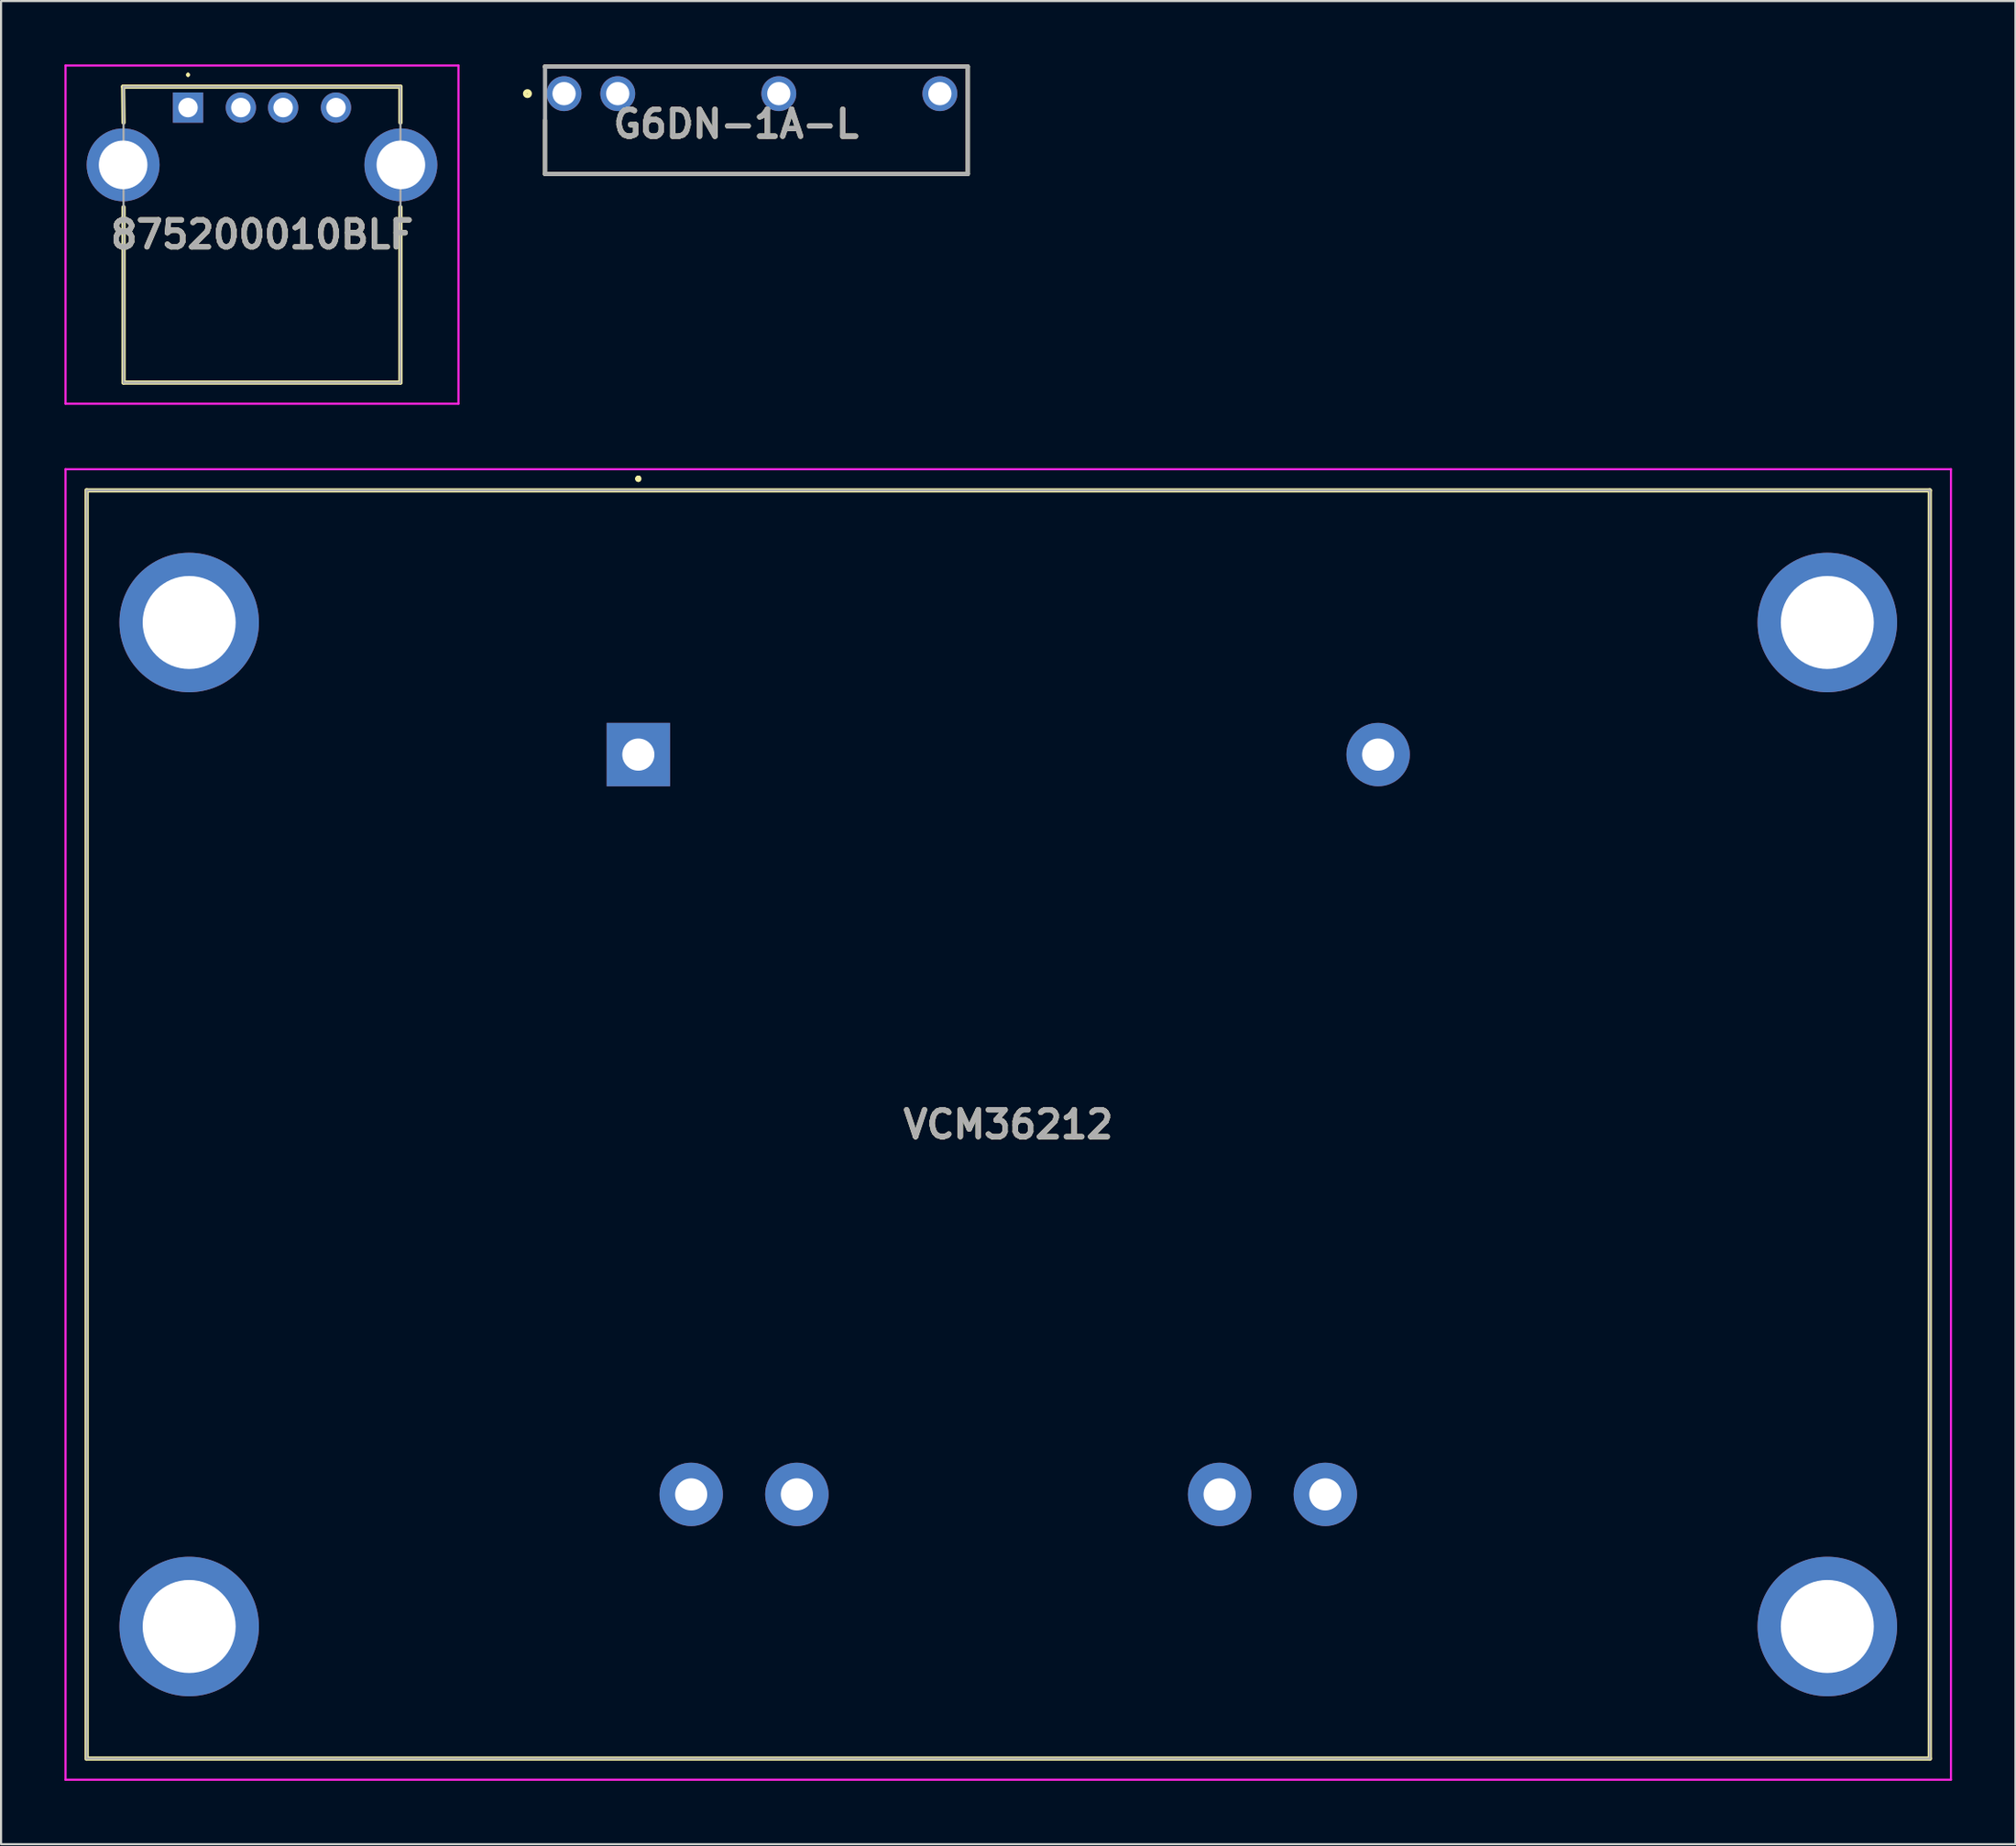
<source format=kicad_pcb>
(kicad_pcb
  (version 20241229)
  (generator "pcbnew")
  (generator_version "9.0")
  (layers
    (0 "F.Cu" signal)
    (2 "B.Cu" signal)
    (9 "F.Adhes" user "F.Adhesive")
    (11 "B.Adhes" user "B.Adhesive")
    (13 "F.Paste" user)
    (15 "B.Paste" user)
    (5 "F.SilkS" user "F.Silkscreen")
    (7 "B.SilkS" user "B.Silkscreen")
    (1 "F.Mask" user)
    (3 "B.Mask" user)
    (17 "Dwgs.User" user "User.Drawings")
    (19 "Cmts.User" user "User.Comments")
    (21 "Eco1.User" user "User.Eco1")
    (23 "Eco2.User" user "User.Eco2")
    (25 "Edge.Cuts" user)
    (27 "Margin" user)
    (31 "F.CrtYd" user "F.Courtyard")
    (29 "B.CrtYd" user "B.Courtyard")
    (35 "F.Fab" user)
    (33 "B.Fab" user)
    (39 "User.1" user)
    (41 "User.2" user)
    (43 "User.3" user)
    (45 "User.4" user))
  (footprint "875200010BLF"
    (layer "F.Cu")
    (at 5.845 2.04)
    (property "Reference" "875200010BLF" (at 3.5 6.01 0) (layer "F.SilkS") (effects (font (size 1.27 1.27) (thickness 0.254))))
    (attr through_hole)
    (fp_line (start -3.07 -0.99) (end 10.05 -0.99) (stroke (width 0.2) (type solid)) (layer "F.SilkS"))
    (fp_line (start -3.05 0.71) (end -3.07 -0.99) (stroke (width 0.2) (type solid)) (layer "F.SilkS"))
    (fp_line (start -3.05 13.01) (end -3.05 4.71) (stroke (width 0.2) (type solid)) (layer "F.SilkS"))
    (fp_line (start 0 -1.6) (end 0 -1.6) (stroke (width 0.1) (type solid)) (layer "F.SilkS"))
    (fp_line (start 0 -1.5) (end 0 -1.5) (stroke (width 0.1) (type solid)) (layer "F.SilkS"))
    (fp_line (start 10.05 -0.99) (end 10.05 0.71) (stroke (width 0.2) (type solid)) (layer "F.SilkS"))
    (fp_line (start 10.05 4.71) (end 10.05 13.01) (stroke (width 0.2) (type solid)) (layer "F.SilkS"))
    (fp_line (start 10.05 13.01) (end -3.05 13.01) (stroke (width 0.2) (type solid)) (layer "F.SilkS"))
    (fp_arc (start 0 -1.6) (mid 0.05 -1.55) (end 0 -1.5) (stroke (width 0.1) (type solid)) (layer "F.SilkS"))
    (fp_arc (start 0 -1.5) (mid -0.05 -1.55) (end 0 -1.6) (stroke (width 0.1) (type solid)) (layer "F.SilkS"))
    (fp_line (start -5.795 -1.99) (end 12.795 -1.99) (stroke (width 0.1) (type solid)) (layer "F.CrtYd"))
    (fp_line (start -5.795 14.01) (end -5.795 -1.99) (stroke (width 0.1) (type solid)) (layer "F.CrtYd"))
    (fp_line (start 12.795 -1.99) (end 12.795 14.01) (stroke (width 0.1) (type solid)) (layer "F.CrtYd"))
    (fp_line (start 12.795 14.01) (end -5.795 14.01) (stroke (width 0.1) (type solid)) (layer "F.CrtYd"))
    (fp_line (start -3.05 -0.99) (end -3.05 13.01) (stroke (width 0.1) (type solid)) (layer "F.Fab"))
    (fp_line (start -3.05 13.01) (end 10.05 13.01) (stroke (width 0.1) (type solid)) (layer "F.Fab"))
    (fp_line (start 10.05 -0.99) (end -3.05 -0.99) (stroke (width 0.1) (type solid)) (layer "F.Fab"))
    (fp_line (start 10.05 13.01) (end 10.05 -0.99) (stroke (width 0.1) (type solid)) (layer "F.Fab"))
    (fp_text user "${REFERENCE}" (at 3.5 6.01 0) (layer "F.Fab") (effects (font (size 1.27 1.27) (thickness 0.254))))
    (pad "1" thru_hole rect (at 0 0) (size 1.431 1.431) (drill 0.92) (layers "*.Cu" "*.Mask"))
    (pad "2" thru_hole circle (at 2.5 0) (size 1.431 1.431) (drill 0.92) (layers "*.Cu" "*.Mask"))
    (pad "3" thru_hole circle (at 4.5 0) (size 1.431 1.431) (drill 0.92) (layers "*.Cu" "*.Mask"))
    (pad "4" thru_hole circle (at 7 0) (size 1.431 1.431) (drill 0.92) (layers "*.Cu" "*.Mask"))
    (pad "5" thru_hole circle (at -3.07 2.71) (size 3.45 3.45) (drill 2.3) (layers "*.Cu" "*.Mask"))
    (pad "5" thru_hole circle (at 10.07 2.71) (size 3.45 3.45) (drill 2.3) (layers "*.Cu" "*.Mask")))
  (footprint "VCM36212"
    (layer "F.Cu")
    (at 27.15 32.65)
    (property "Reference" "VCM36212" (at 17.5 17.5 0) (layer "F.SilkS") (effects (font (size 1.27 1.27) (thickness 0.254))))
    (attr through_hole)
    (fp_line (start -26.1 -12.5) (end -26.1 47.5) (stroke (width 0.2) (type solid)) (layer "F.SilkS"))
    (fp_line (start -26.1 47.5) (end 61.1 47.5) (stroke (width 0.2) (type solid)) (layer "F.SilkS"))
    (fp_line (start 0 -13.1) (end 0 -13.1) (stroke (width 0.2) (type solid)) (layer "F.SilkS"))
    (fp_line (start 0 -13.1) (end 0 -13.1) (stroke (width 0.2) (type solid)) (layer "F.SilkS"))
    (fp_line (start 0 -13) (end 0 -13) (stroke (width 0.2) (type solid)) (layer "F.SilkS"))
    (fp_line (start 61.1 -12.5) (end -26.1 -12.5) (stroke (width 0.2) (type solid)) (layer "F.SilkS"))
    (fp_line (start 61.1 47.5) (end 61.1 -12.5) (stroke (width 0.2) (type solid)) (layer "F.SilkS"))
    (fp_arc (start 0 -13.1) (mid 0.05 -13.05) (end 0 -13) (stroke (width 0.2) (type solid)) (layer "F.SilkS"))
    (fp_arc (start 0 -13) (mid -0.05 -13.05) (end 0 -13.1) (stroke (width 0.2) (type solid)) (layer "F.SilkS"))
    (fp_arc (start 0 -13) (mid -0.05 -13.05) (end 0 -13.1) (stroke (width 0.2) (type solid)) (layer "F.SilkS"))
    (fp_line (start -27.1 -13.5) (end -27.1 48.5) (stroke (width 0.1) (type solid)) (layer "F.CrtYd"))
    (fp_line (start -27.1 48.5) (end 62.1 48.5) (stroke (width 0.1) (type solid)) (layer "F.CrtYd"))
    (fp_line (start 62.1 -13.5) (end -27.1 -13.5) (stroke (width 0.1) (type solid)) (layer "F.CrtYd"))
    (fp_line (start 62.1 48.5) (end 62.1 -13.5) (stroke (width 0.1) (type solid)) (layer "F.CrtYd"))
    (fp_line (start -26.1 -12.5) (end -26.1 47.5) (stroke (width 0.1) (type solid)) (layer "F.Fab"))
    (fp_line (start -26.1 47.5) (end 61.1 47.5) (stroke (width 0.1) (type solid)) (layer "F.Fab"))
    (fp_line (start 61.1 -12.5) (end -26.1 -12.5) (stroke (width 0.1) (type solid)) (layer "F.Fab"))
    (fp_line (start 61.1 47.5) (end 61.1 -12.5) (stroke (width 0.1) (type solid)) (layer "F.Fab"))
    (fp_text user "${REFERENCE}" (at 17.5 17.5 0) (layer "F.Fab") (effects (font (size 1.27 1.27) (thickness 0.254))))
    (pad "1" thru_hole rect (at 0 0) (size 3 3) (drill 1.52) (layers "*.Cu" "*.Mask"))
    (pad "2" thru_hole circle (at 35 0) (size 3 3) (drill 1.52) (layers "*.Cu" "*.Mask"))
    (pad "3" thru_hole circle (at 32.5 35) (size 3 3) (drill 1.52) (layers "*.Cu" "*.Mask"))
    (pad "4" thru_hole circle (at 27.5 35) (size 3 3) (drill 1.52) (layers "*.Cu" "*.Mask"))
    (pad "5" thru_hole circle (at 7.5 35) (size 3 3) (drill 1.52) (layers "*.Cu" "*.Mask"))
    (pad "6" thru_hole circle (at 2.5 35) (size 3 3) (drill 1.52) (layers "*.Cu" "*.Mask"))
    (pad "MH1" thru_hole circle (at -21.25 -6.25) (size 6.6 6.6) (drill 4.4) (layers "*.Cu" "*.Mask"))
    (pad "MH2" thru_hole circle (at 56.25 -6.25) (size 6.6 6.6) (drill 4.4) (layers "*.Cu" "*.Mask"))
    (pad "MH3" thru_hole circle (at 56.25 41.25) (size 6.6 6.6) (drill 4.4) (layers "*.Cu" "*.Mask"))
    (pad "MH4" thru_hole circle (at -21.25 41.25) (size 6.6 6.6) (drill 4.4) (layers "*.Cu" "*.Mask")))
  (footprint "G6DN-1A-L"
    (layer "F.Cu")
    (at 41.416 1.38)
    (property "Reference" "G6DN-1A-L" (at -9.645 1.437 0) (layer "F.SilkS") (effects (font (size 1.27 1.27) (thickness 0.254))))
    (attr through_hole)
    (fp_line (start -18.68 -1.28) (end -18.68 -1.26) (stroke (width 0.2) (type solid)) (layer "F.SilkS"))
    (fp_line (start -18.68 -1.28) (end 1.32 -1.28) (stroke (width 0.2) (type solid)) (layer "F.SilkS"))
    (fp_line (start -18.68 3.8) (end -18.68 1.26) (stroke (width 0.2) (type solid)) (layer "F.SilkS"))
    (fp_line (start 1.32 -1.28) (end 1.32 3.8) (stroke (width 0.2) (type solid)) (layer "F.SilkS"))
    (fp_line (start 1.32 3.8) (end -18.68 3.8) (stroke (width 0.2) (type solid)) (layer "F.SilkS"))
    (fp_circle (center -19.513 -0.001) (end -19.513 0.112) (stroke (width 0.2) (type solid)) (fill no) (layer "F.SilkS"))
    (fp_line (start -18.68 -1.28) (end 1.32 -1.28) (stroke (width 0.2) (type solid)) (layer "F.Fab"))
    (fp_line (start -18.68 3.8) (end -18.68 -1.28) (stroke (width 0.2) (type solid)) (layer "F.Fab"))
    (fp_line (start 1.32 -1.28) (end 1.32 3.8) (stroke (width 0.2) (type solid)) (layer "F.Fab"))
    (fp_line (start 1.32 3.8) (end -18.68 3.8) (stroke (width 0.2) (type solid)) (layer "F.Fab"))
    (fp_text user "${REFERENCE}" (at -9.645 1.437 0) (layer "F.Fab") (effects (font (size 1.27 1.27) (thickness 0.254))))
    (pad "1" thru_hole circle (at -17.78 0) (size 1.65 1.65) (drill 1.1) (layers "*.Cu" "*.Mask"))
    (pad "2" thru_hole circle (at -15.24 0) (size 1.65 1.65) (drill 1.1) (layers "*.Cu" "*.Mask"))
    (pad "5" thru_hole circle (at -7.62 0) (size 1.65 1.65) (drill 1.1) (layers "*.Cu" "*.Mask"))
    (pad "8" thru_hole circle (at 0 0) (size 1.65 1.65) (drill 1.1) (layers "*.Cu" "*.Mask")))
  (gr_rect
    (start -3 -3)
    (end 92.3 84.2)
    (stroke (width 0.1) (type default))
    (fill no)
    (layer "Edge.Cuts")))
</source>
